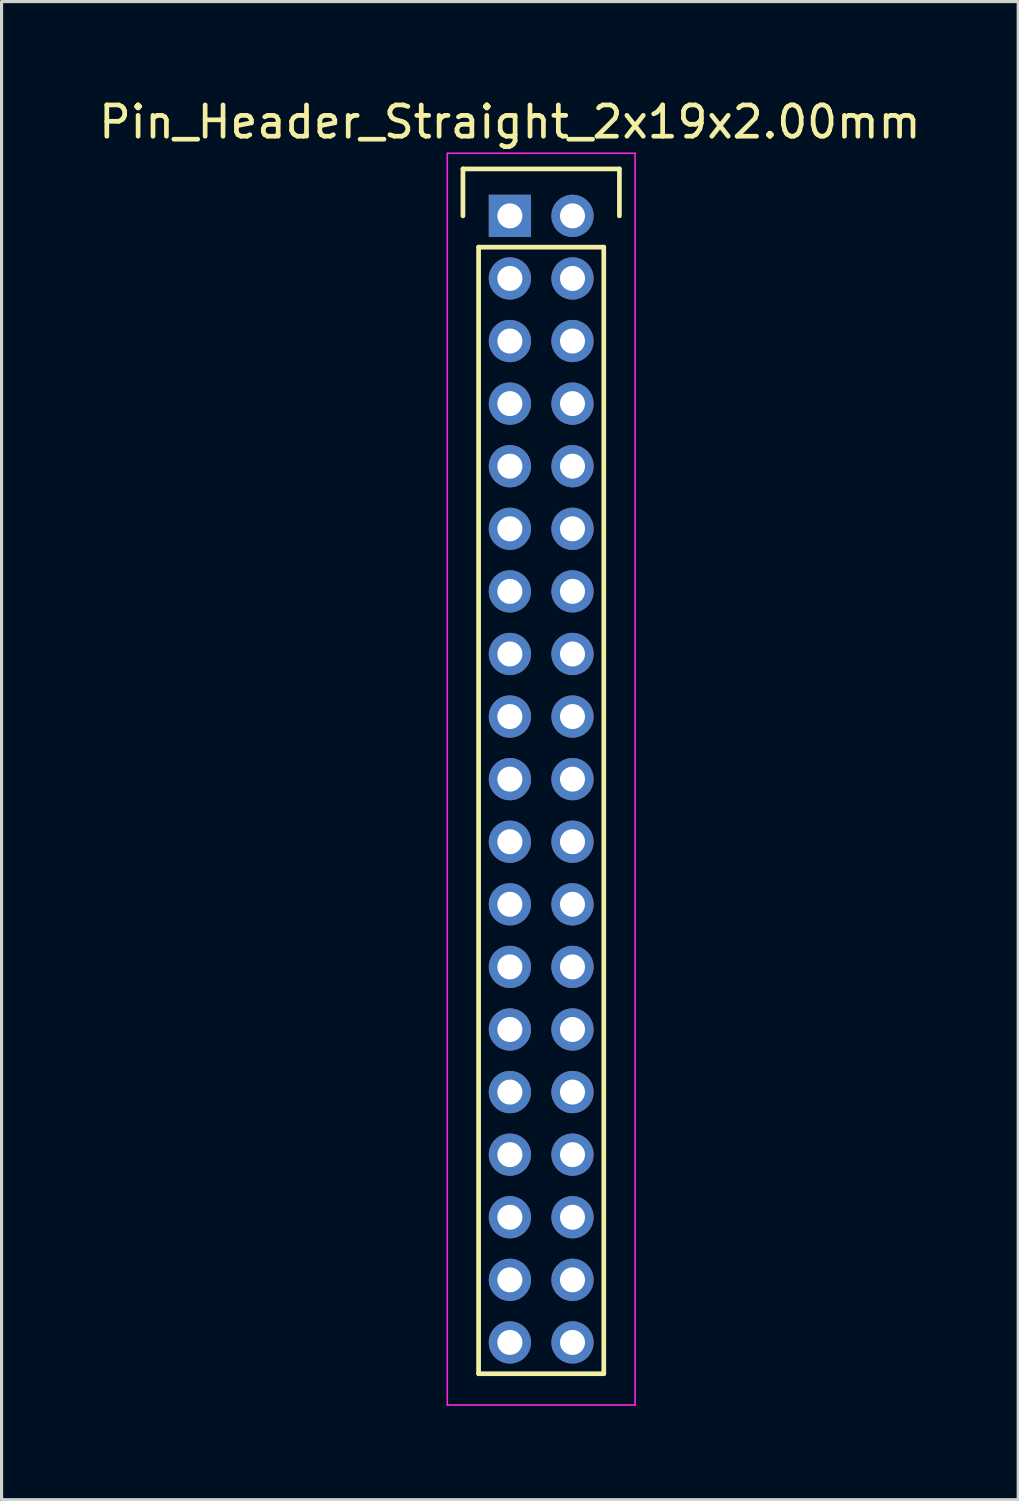
<source format=kicad_pcb>
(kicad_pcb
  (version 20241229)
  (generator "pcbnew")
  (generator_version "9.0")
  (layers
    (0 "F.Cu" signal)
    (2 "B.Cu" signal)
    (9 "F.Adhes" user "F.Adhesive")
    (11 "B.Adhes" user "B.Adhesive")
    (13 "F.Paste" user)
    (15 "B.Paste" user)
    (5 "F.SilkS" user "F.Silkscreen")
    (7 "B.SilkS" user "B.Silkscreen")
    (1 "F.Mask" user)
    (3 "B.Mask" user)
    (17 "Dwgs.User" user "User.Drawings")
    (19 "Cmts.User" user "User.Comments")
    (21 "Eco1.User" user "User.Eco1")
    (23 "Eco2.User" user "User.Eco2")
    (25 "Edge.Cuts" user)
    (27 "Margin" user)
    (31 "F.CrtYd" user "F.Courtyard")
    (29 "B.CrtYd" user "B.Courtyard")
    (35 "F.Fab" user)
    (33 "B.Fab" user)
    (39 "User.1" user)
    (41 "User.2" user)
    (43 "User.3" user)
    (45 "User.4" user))
  (footprint "Pin_Header_Straight_2x19x2.00mm"
    (layer "F.Cu")
    (at 13.244 3.848)
    (property "Reference" "Pin_Header_Straight_2x19x2.00mm" (at 0 -3 0) (layer "F.SilkS") (effects (font (size 1 1) (thickness 0.15))))
    (attr through_hole)
    (fp_line (start -1.5 -1.5) (end 3.5 -1.5) (stroke (width 0.15) (type solid)) (layer "F.SilkS"))
    (fp_line (start -1.5 0) (end -1.5 -1.5) (stroke (width 0.15) (type solid)) (layer "F.SilkS"))
    (fp_line (start -1 1) (end 3 1) (stroke (width 0.15) (type solid)) (layer "F.SilkS"))
    (fp_line (start -1 37) (end -1 1) (stroke (width 0.15) (type solid)) (layer "F.SilkS"))
    (fp_line (start 3 1) (end 3 37) (stroke (width 0.15) (type solid)) (layer "F.SilkS"))
    (fp_line (start 3 37) (end -1 37) (stroke (width 0.15) (type solid)) (layer "F.SilkS"))
    (fp_line (start 3.5 -1.5) (end 3.5 0) (stroke (width 0.15) (type solid)) (layer "F.SilkS"))
    (fp_line (start -2 -2) (end 4 -2) (stroke (width 0.05) (type solid)) (layer "F.CrtYd"))
    (fp_line (start -2 38) (end -2 -2) (stroke (width 0.05) (type solid)) (layer "F.CrtYd"))
    (fp_line (start 4 -2) (end 4 38) (stroke (width 0.05) (type solid)) (layer "F.CrtYd"))
    (fp_line (start 4 38) (end -2 38) (stroke (width 0.05) (type solid)) (layer "F.CrtYd"))
    (pad "1" thru_hole rect (at 0 0) (size 1.35 1.35) (drill 0.8) (layers "*.Cu" "*.Mask"))
    (pad "2" thru_hole circle (at 2 0) (size 1.35 1.35) (drill 0.8) (layers "*.Cu" "*.Mask"))
    (pad "3" thru_hole circle (at 0 2) (size 1.35 1.35) (drill 0.8) (layers "*.Cu" "*.Mask"))
    (pad "4" thru_hole circle (at 2 2) (size 1.35 1.35) (drill 0.8) (layers "*.Cu" "*.Mask"))
    (pad "5" thru_hole circle (at 0 4) (size 1.35 1.35) (drill 0.8) (layers "*.Cu" "*.Mask"))
    (pad "6" thru_hole circle (at 2 4) (size 1.35 1.35) (drill 0.8) (layers "*.Cu" "*.Mask"))
    (pad "7" thru_hole circle (at 0 6) (size 1.35 1.35) (drill 0.8) (layers "*.Cu" "*.Mask"))
    (pad "8" thru_hole circle (at 2 6) (size 1.35 1.35) (drill 0.8) (layers "*.Cu" "*.Mask"))
    (pad "9" thru_hole circle (at 0 8) (size 1.35 1.35) (drill 0.8) (layers "*.Cu" "*.Mask"))
    (pad "10" thru_hole circle (at 2 8) (size 1.35 1.35) (drill 0.8) (layers "*.Cu" "*.Mask"))
    (pad "11" thru_hole circle (at 0 10) (size 1.35 1.35) (drill 0.8) (layers "*.Cu" "*.Mask"))
    (pad "12" thru_hole circle (at 2 10) (size 1.35 1.35) (drill 0.8) (layers "*.Cu" "*.Mask"))
    (pad "13" thru_hole circle (at 0 12) (size 1.35 1.35) (drill 0.8) (layers "*.Cu" "*.Mask"))
    (pad "14" thru_hole circle (at 2 12) (size 1.35 1.35) (drill 0.8) (layers "*.Cu" "*.Mask"))
    (pad "15" thru_hole circle (at 0 14) (size 1.35 1.35) (drill 0.8) (layers "*.Cu" "*.Mask"))
    (pad "16" thru_hole circle (at 2 14) (size 1.35 1.35) (drill 0.8) (layers "*.Cu" "*.Mask"))
    (pad "17" thru_hole circle (at 0 16) (size 1.35 1.35) (drill 0.8) (layers "*.Cu" "*.Mask"))
    (pad "18" thru_hole circle (at 2 16) (size 1.35 1.35) (drill 0.8) (layers "*.Cu" "*.Mask"))
    (pad "19" thru_hole circle (at 0 18) (size 1.35 1.35) (drill 0.8) (layers "*.Cu" "*.Mask"))
    (pad "20" thru_hole circle (at 2 18) (size 1.35 1.35) (drill 0.8) (layers "*.Cu" "*.Mask"))
    (pad "21" thru_hole circle (at 0 20) (size 1.35 1.35) (drill 0.8) (layers "*.Cu" "*.Mask"))
    (pad "22" thru_hole circle (at 2 20) (size 1.35 1.35) (drill 0.8) (layers "*.Cu" "*.Mask"))
    (pad "23" thru_hole circle (at 0 22) (size 1.35 1.35) (drill 0.8) (layers "*.Cu" "*.Mask"))
    (pad "24" thru_hole circle (at 2 22) (size 1.35 1.35) (drill 0.8) (layers "*.Cu" "*.Mask"))
    (pad "25" thru_hole circle (at 0 24) (size 1.35 1.35) (drill 0.8) (layers "*.Cu" "*.Mask"))
    (pad "26" thru_hole circle (at 2 24) (size 1.35 1.35) (drill 0.8) (layers "*.Cu" "*.Mask"))
    (pad "27" thru_hole circle (at 0 26) (size 1.35 1.35) (drill 0.8) (layers "*.Cu" "*.Mask"))
    (pad "28" thru_hole circle (at 2 26) (size 1.35 1.35) (drill 0.8) (layers "*.Cu" "*.Mask"))
    (pad "29" thru_hole circle (at 0 28) (size 1.35 1.35) (drill 0.8) (layers "*.Cu" "*.Mask"))
    (pad "30" thru_hole circle (at 2 28) (size 1.35 1.35) (drill 0.8) (layers "*.Cu" "*.Mask"))
    (pad "31" thru_hole circle (at 0 30) (size 1.35 1.35) (drill 0.8) (layers "*.Cu" "*.Mask"))
    (pad "32" thru_hole circle (at 2 30) (size 1.35 1.35) (drill 0.8) (layers "*.Cu" "*.Mask"))
    (pad "33" thru_hole circle (at 0 32) (size 1.35 1.35) (drill 0.8) (layers "*.Cu" "*.Mask"))
    (pad "34" thru_hole circle (at 2 32) (size 1.35 1.35) (drill 0.8) (layers "*.Cu" "*.Mask"))
    (pad "35" thru_hole circle (at 0 34) (size 1.35 1.35) (drill 0.8) (layers "*.Cu" "*.Mask"))
    (pad "36" thru_hole circle (at 2 34) (size 1.35 1.35) (drill 0.8) (layers "*.Cu" "*.Mask"))
    (pad "37" thru_hole circle (at 0 36) (size 1.35 1.35) (drill 0.8) (layers "*.Cu" "*.Mask"))
    (pad "38" thru_hole circle (at 2 36) (size 1.35 1.35) (drill 0.8) (layers "*.Cu" "*.Mask")))
  (gr_rect
    (start -3 -3)
    (end 29.488 44.873)
    (stroke (width 0.1) (type default))
    (fill no)
    (layer "Edge.Cuts")))
</source>
